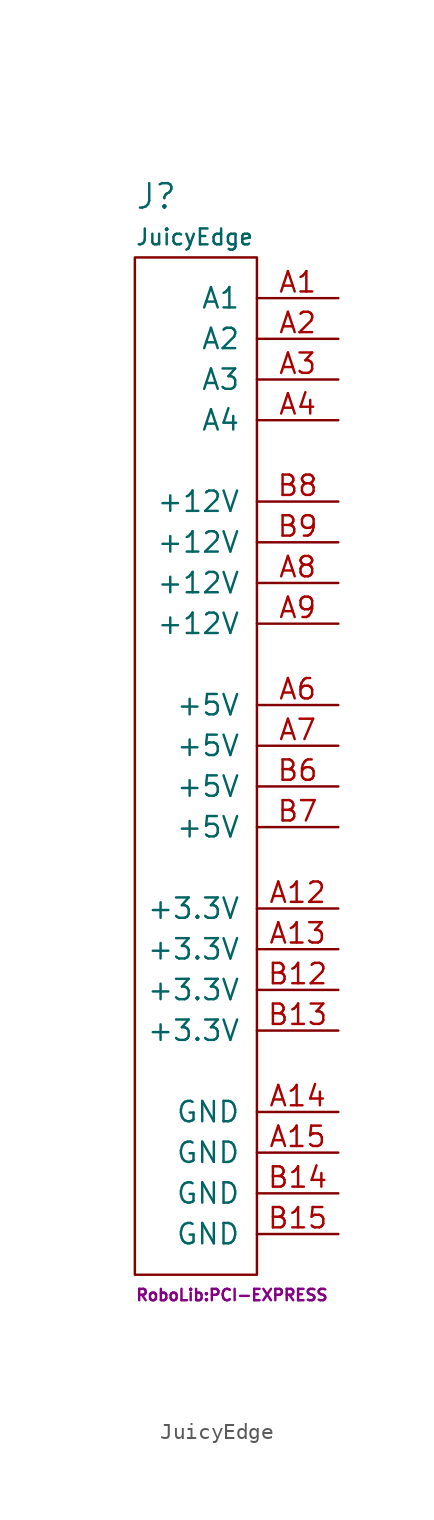
<source format=kicad_sym>
(kicad_symbol_lib
  (version 20211014)
  (generator kicad_symbol_editor)
  (symbol "JuicyEdge"
    (pin_names
      (offset 1.016))
    (property "Reference" "J"
      (at -3.81 35.56 0)
      (effects (font (size 1.524 1.524)) (justify left)))
    (property "Value" "JuicyEdge"
      (at -3.81 33.02 0)
      (effects (font (size 0.991 0.991)) (justify left)))
    (property "Footprint" "RoboLib:PCI-EXPRESS"
      (at -3.81 -33.02 0)
      (effects (font (size 0.711 0.711)) (justify left)))
    (property "Datasheet" ""
      (at -6.35 0 0)
      (effects (font (size 1.524 1.524))))
    (symbol "JuicyEdge_0_1"
      (rectangle (start -3.81 31.75) (end 3.81 -31.75) (stroke (width 0) (type default) (color 0 0 0 0)) (fill (type none))))
    (symbol "JuicyEdge_1_1"
      (pin bidirectional line (at 8.89 29.21 180) (length 5.08) (name "A1" (effects (font (size 1.27 1.27)))) (number "A1" (effects (font (size 1.27 1.27)))))
      (pin bidirectional line (at 8.89 -8.89 180) (length 5.08) (name "+3.3V" (effects (font (size 1.27 1.27)))) (number "A12" (effects (font (size 1.27 1.27)))))
      (pin bidirectional line (at 8.89 -11.43 180) (length 5.08) (name "+3.3V" (effects (font (size 1.27 1.27)))) (number "A13" (effects (font (size 1.27 1.27)))))
      (pin bidirectional line (at 8.89 -21.59 180) (length 5.08) (name "GND" (effects (font (size 1.27 1.27)))) (number "A14" (effects (font (size 1.27 1.27)))))
      (pin bidirectional line (at 8.89 -24.13 180) (length 5.08) (name "GND" (effects (font (size 1.27 1.27)))) (number "A15" (effects (font (size 1.27 1.27)))))
      (pin bidirectional line (at 8.89 26.67 180) (length 5.08) (name "A2" (effects (font (size 1.27 1.27)))) (number "A2" (effects (font (size 1.27 1.27)))))
      (pin bidirectional line (at 8.89 24.13 180) (length 5.08) (name "A3" (effects (font (size 1.27 1.27)))) (number "A3" (effects (font (size 1.27 1.27)))))
      (pin bidirectional line (at 8.89 21.59 180) (length 5.08) (name "A4" (effects (font (size 1.27 1.27)))) (number "A4" (effects (font (size 1.27 1.27)))))
      (pin bidirectional line (at 8.89 3.81 180) (length 5.08) (name "+5V" (effects (font (size 1.27 1.27)))) (number "A6" (effects (font (size 1.27 1.27)))))
      (pin bidirectional line (at 8.89 1.27 180) (length 5.08) (name "+5V" (effects (font (size 1.27 1.27)))) (number "A7" (effects (font (size 1.27 1.27)))))
      (pin bidirectional line (at 8.89 11.43 180) (length 5.08) (name "+12V" (effects (font (size 1.27 1.27)))) (number "A8" (effects (font (size 1.27 1.27)))))
      (pin bidirectional line (at 8.89 8.89 180) (length 5.08) (name "+12V" (effects (font (size 1.27 1.27)))) (number "A9" (effects (font (size 1.27 1.27)))))
      (pin bidirectional line (at 8.89 -13.97 180) (length 5.08) (name "+3.3V" (effects (font (size 1.27 1.27)))) (number "B12" (effects (font (size 1.27 1.27)))))
      (pin bidirectional line (at 8.89 -16.51 180) (length 5.08) (name "+3.3V" (effects (font (size 1.27 1.27)))) (number "B13" (effects (font (size 1.27 1.27)))))
      (pin bidirectional line (at 8.89 -26.67 180) (length 5.08) (name "GND" (effects (font (size 1.27 1.27)))) (number "B14" (effects (font (size 1.27 1.27)))))
      (pin bidirectional line (at 8.89 -29.21 180) (length 5.08) (name "GND" (effects (font (size 1.27 1.27)))) (number "B15" (effects (font (size 1.27 1.27)))))
      (pin bidirectional line (at 8.89 -1.27 180) (length 5.08) (name "+5V" (effects (font (size 1.27 1.27)))) (number "B6" (effects (font (size 1.27 1.27)))))
      (pin bidirectional line (at 8.89 -3.81 180) (length 5.08) (name "+5V" (effects (font (size 1.27 1.27)))) (number "B7" (effects (font (size 1.27 1.27)))))
      (pin bidirectional line (at 8.89 16.51 180) (length 5.08) (name "+12V" (effects (font (size 1.27 1.27)))) (number "B8" (effects (font (size 1.27 1.27)))))
      (pin bidirectional line (at 8.89 13.97 180) (length 5.08) (name "+12V" (effects (font (size 1.27 1.27)))) (number "B9" (effects (font (size 1.27 1.27))))))))
</source>
